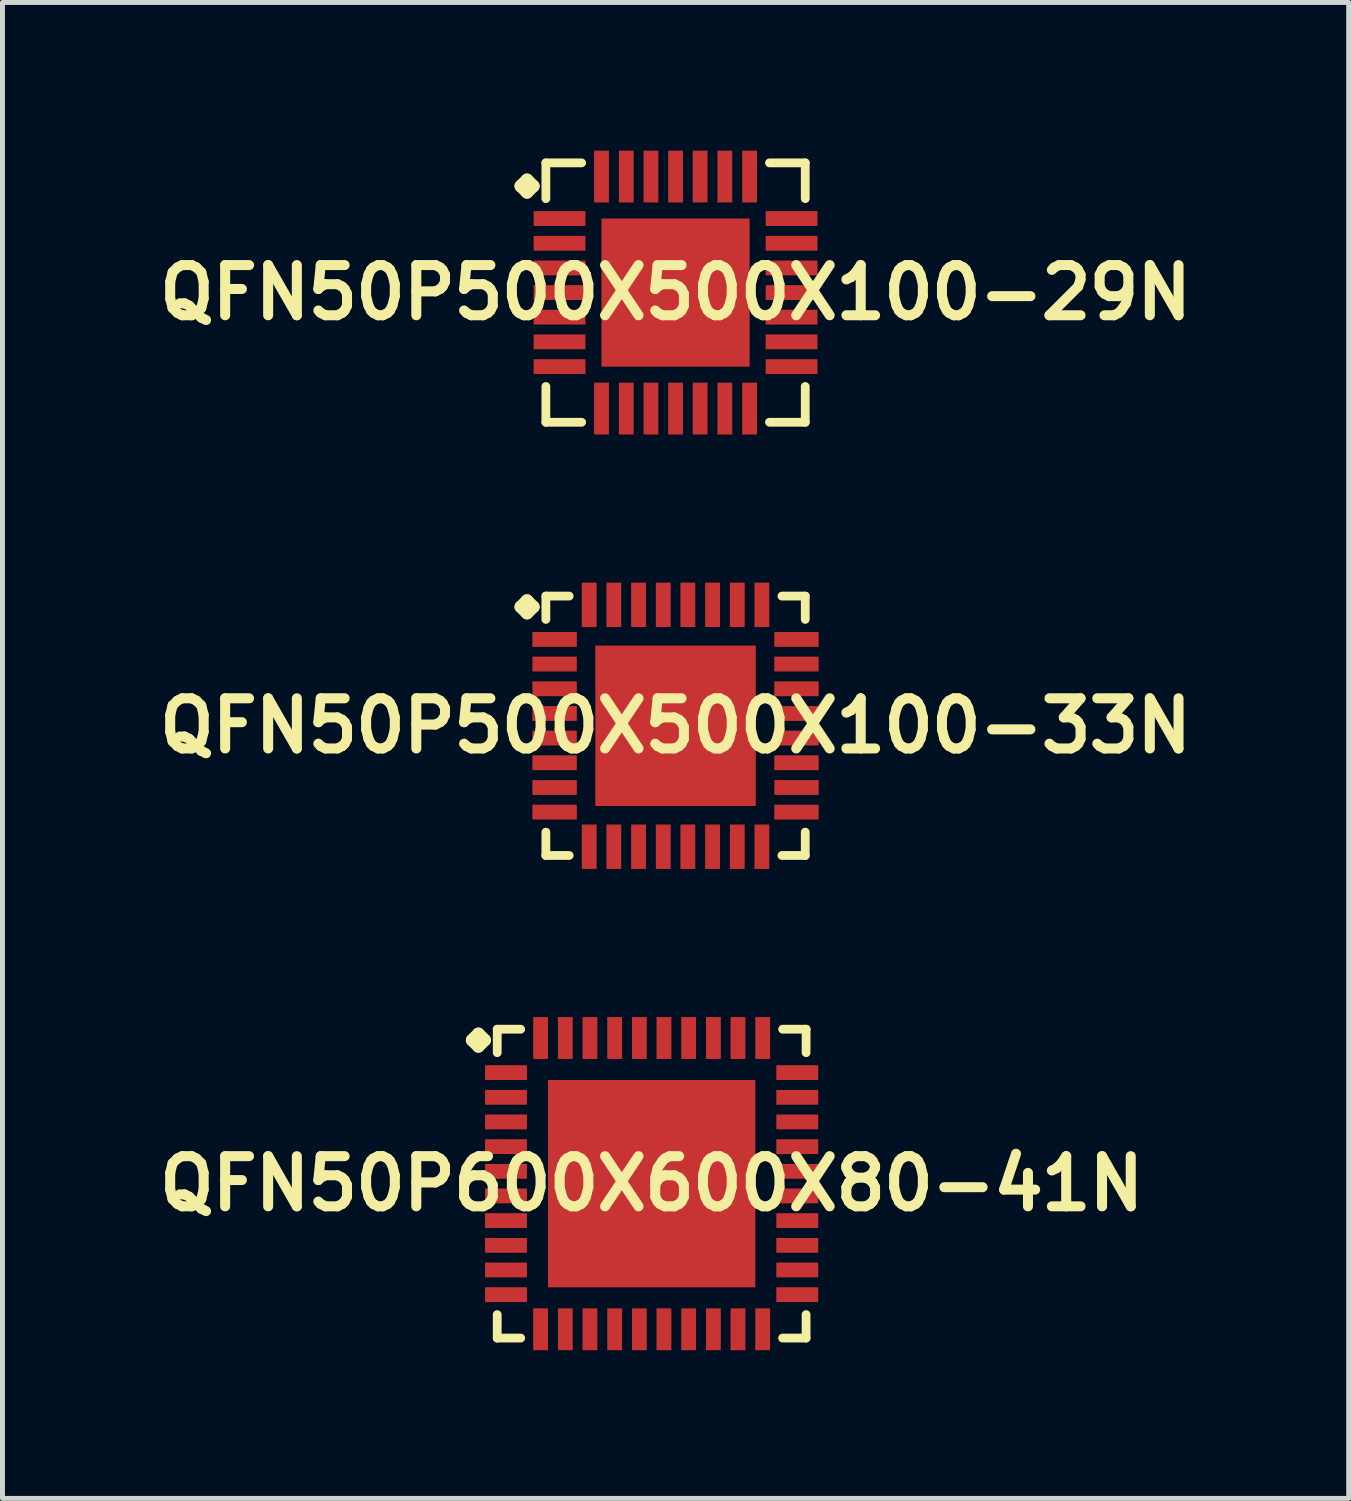
<source format=kicad_pcb>
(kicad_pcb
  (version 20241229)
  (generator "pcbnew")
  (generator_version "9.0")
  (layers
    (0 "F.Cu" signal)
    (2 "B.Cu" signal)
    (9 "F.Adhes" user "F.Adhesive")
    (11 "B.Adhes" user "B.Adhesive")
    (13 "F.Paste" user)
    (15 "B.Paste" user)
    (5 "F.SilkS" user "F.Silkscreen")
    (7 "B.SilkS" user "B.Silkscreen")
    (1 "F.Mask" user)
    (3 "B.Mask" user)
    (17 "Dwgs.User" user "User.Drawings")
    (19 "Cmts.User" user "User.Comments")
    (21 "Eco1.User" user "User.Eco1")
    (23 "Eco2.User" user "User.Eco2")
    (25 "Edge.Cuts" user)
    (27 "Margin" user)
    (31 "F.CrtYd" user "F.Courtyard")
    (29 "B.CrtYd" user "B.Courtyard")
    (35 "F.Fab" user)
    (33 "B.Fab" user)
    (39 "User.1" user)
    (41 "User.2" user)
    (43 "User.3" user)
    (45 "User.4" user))
  (footprint "QFN50P500X500X100-33N"
    (layer "F.Cu")
    (at 10.629 11.646)
    (property "Reference" "QFN50P500X500X100-33N" (at 0 0 0) (layer "F.SilkS") (effects (font (size 1.016 1.016) (thickness 0.203))))
    (attr smd)
    (fp_line (start -3.134 -2.408) (end -3.007 -2.535) (stroke (width 0.254) (type solid)) (layer "F.SilkS"))
    (fp_line (start -3.007 -2.535) (end -2.88 -2.408) (stroke (width 0.254) (type solid)) (layer "F.SilkS"))
    (fp_line (start -3.007 -2.281) (end -3.134 -2.408) (stroke (width 0.254) (type solid)) (layer "F.SilkS"))
    (fp_line (start -2.88 -2.408) (end -3.007 -2.281) (stroke (width 0.254) (type solid)) (layer "F.SilkS"))
    (fp_line (start -2.626 -2.626) (end -2.154 -2.626) (stroke (width 0.178) (type solid)) (layer "F.SilkS"))
    (fp_line (start -2.626 -2.154) (end -2.626 -2.626) (stroke (width 0.178) (type solid)) (layer "F.SilkS"))
    (fp_line (start -2.626 2.154) (end -2.626 2.626) (stroke (width 0.178) (type solid)) (layer "F.SilkS"))
    (fp_line (start -2.626 2.626) (end -2.154 2.626) (stroke (width 0.178) (type solid)) (layer "F.SilkS"))
    (fp_line (start 2.154 -2.626) (end 2.626 -2.626) (stroke (width 0.178) (type solid)) (layer "F.SilkS"))
    (fp_line (start 2.154 2.626) (end 2.626 2.626) (stroke (width 0.178) (type solid)) (layer "F.SilkS"))
    (fp_line (start 2.626 -2.626) (end 2.626 -2.154) (stroke (width 0.178) (type solid)) (layer "F.SilkS"))
    (fp_line (start 2.626 2.626) (end 2.626 2.154) (stroke (width 0.178) (type solid)) (layer "F.SilkS"))
    (pad "1" smd rect (at -2.449 -1.748) (size 0.899 0.3) (layers "F.Cu" "F.Mask" "F.Paste"))
    (pad "2" smd rect (at -2.449 -1.25) (size 0.899 0.3) (layers "F.Cu" "F.Mask" "F.Paste"))
    (pad "3" smd rect (at -2.449 -0.749) (size 0.899 0.3) (layers "F.Cu" "F.Mask" "F.Paste"))
    (pad "4" smd rect (at -2.449 -0.249) (size 0.899 0.3) (layers "F.Cu" "F.Mask" "F.Paste"))
    (pad "5" smd rect (at -2.449 0.249) (size 0.899 0.3) (layers "F.Cu" "F.Mask" "F.Paste"))
    (pad "6" smd rect (at -2.449 0.749) (size 0.899 0.3) (layers "F.Cu" "F.Mask" "F.Paste"))
    (pad "7" smd rect (at -2.449 1.25) (size 0.899 0.3) (layers "F.Cu" "F.Mask" "F.Paste"))
    (pad "8" smd rect (at -2.449 1.748) (size 0.899 0.3) (layers "F.Cu" "F.Mask" "F.Paste"))
    (pad "9" smd rect (at -1.748 2.449) (size 0.3 0.899) (layers "F.Cu" "F.Mask" "F.Paste"))
    (pad "10" smd rect (at -1.25 2.449) (size 0.3 0.899) (layers "F.Cu" "F.Mask" "F.Paste"))
    (pad "11" smd rect (at -0.749 2.449) (size 0.3 0.899) (layers "F.Cu" "F.Mask" "F.Paste"))
    (pad "12" smd rect (at -0.249 2.449) (size 0.3 0.899) (layers "F.Cu" "F.Mask" "F.Paste"))
    (pad "13" smd rect (at 0.249 2.449) (size 0.3 0.899) (layers "F.Cu" "F.Mask" "F.Paste"))
    (pad "14" smd rect (at 0.749 2.449) (size 0.3 0.899) (layers "F.Cu" "F.Mask" "F.Paste"))
    (pad "15" smd rect (at 1.25 2.449) (size 0.3 0.899) (layers "F.Cu" "F.Mask" "F.Paste"))
    (pad "16" smd rect (at 1.748 2.449) (size 0.3 0.899) (layers "F.Cu" "F.Mask" "F.Paste"))
    (pad "17" smd rect (at 2.449 1.748) (size 0.899 0.3) (layers "F.Cu" "F.Mask" "F.Paste"))
    (pad "18" smd rect (at 2.449 1.25) (size 0.899 0.3) (layers "F.Cu" "F.Mask" "F.Paste"))
    (pad "19" smd rect (at 2.449 0.749) (size 0.899 0.3) (layers "F.Cu" "F.Mask" "F.Paste"))
    (pad "20" smd rect (at 2.449 0.249) (size 0.899 0.3) (layers "F.Cu" "F.Mask" "F.Paste"))
    (pad "21" smd rect (at 2.449 -0.249) (size 0.899 0.3) (layers "F.Cu" "F.Mask" "F.Paste"))
    (pad "22" smd rect (at 2.449 -0.749) (size 0.899 0.3) (layers "F.Cu" "F.Mask" "F.Paste"))
    (pad "23" smd rect (at 2.449 -1.25) (size 0.899 0.3) (layers "F.Cu" "F.Mask" "F.Paste"))
    (pad "24" smd rect (at 2.449 -1.748) (size 0.899 0.3) (layers "F.Cu" "F.Mask" "F.Paste"))
    (pad "25" smd rect (at 1.748 -2.449) (size 0.3 0.899) (layers "F.Cu" "F.Mask" "F.Paste"))
    (pad "26" smd rect (at 1.25 -2.449) (size 0.3 0.899) (layers "F.Cu" "F.Mask" "F.Paste"))
    (pad "27" smd rect (at 0.749 -2.449) (size 0.3 0.899) (layers "F.Cu" "F.Mask" "F.Paste"))
    (pad "28" smd rect (at 0.249 -2.449) (size 0.3 0.899) (layers "F.Cu" "F.Mask" "F.Paste"))
    (pad "29" smd rect (at -0.249 -2.449) (size 0.3 0.899) (layers "F.Cu" "F.Mask" "F.Paste"))
    (pad "30" smd rect (at -0.749 -2.449) (size 0.3 0.899) (layers "F.Cu" "F.Mask" "F.Paste"))
    (pad "31" smd rect (at -1.25 -2.449) (size 0.3 0.899) (layers "F.Cu" "F.Mask" "F.Paste"))
    (pad "32" smd rect (at -1.748 -2.449) (size 0.3 0.899) (layers "F.Cu" "F.Mask" "F.Paste"))
    (pad "33" smd rect (at 0 0) (size 3.249 3.249) (layers "F.Cu" "F.Mask" "F.Paste")))
  (footprint "QFN50P500X500X100-29N"
    (layer "F.Cu")
    (at 10.629 2.874)
    (property "Reference" "QFN50P500X500X100-29N" (at 0 0 0) (layer "F.SilkS") (effects (font (size 1.016 1.016) (thickness 0.203))))
    (attr smd)
    (fp_line (start -3.134 -2.156) (end -3.007 -2.283) (stroke (width 0.254) (type solid)) (layer "F.SilkS"))
    (fp_line (start -3.007 -2.283) (end -2.88 -2.156) (stroke (width 0.254) (type solid)) (layer "F.SilkS"))
    (fp_line (start -3.007 -2.029) (end -3.134 -2.156) (stroke (width 0.254) (type solid)) (layer "F.SilkS"))
    (fp_line (start -2.88 -2.156) (end -3.007 -2.029) (stroke (width 0.254) (type solid)) (layer "F.SilkS"))
    (fp_line (start -2.626 -2.626) (end -1.902 -2.626) (stroke (width 0.178) (type solid)) (layer "F.SilkS"))
    (fp_line (start -2.626 -1.902) (end -2.626 -2.626) (stroke (width 0.178) (type solid)) (layer "F.SilkS"))
    (fp_line (start -2.626 1.902) (end -2.626 2.626) (stroke (width 0.178) (type solid)) (layer "F.SilkS"))
    (fp_line (start -2.626 2.626) (end -1.902 2.626) (stroke (width 0.178) (type solid)) (layer "F.SilkS"))
    (fp_line (start 1.902 -2.626) (end 2.626 -2.626) (stroke (width 0.178) (type solid)) (layer "F.SilkS"))
    (fp_line (start 1.902 2.626) (end 2.626 2.626) (stroke (width 0.178) (type solid)) (layer "F.SilkS"))
    (fp_line (start 2.626 -2.626) (end 2.626 -1.902) (stroke (width 0.178) (type solid)) (layer "F.SilkS"))
    (fp_line (start 2.626 2.626) (end 2.626 1.902) (stroke (width 0.178) (type solid)) (layer "F.SilkS"))
    (pad "1" smd rect (at -2.349 -1.499) (size 1.049 0.3) (layers "F.Cu" "F.Mask" "F.Paste"))
    (pad "2" smd rect (at -2.349 -0.998) (size 1.049 0.3) (layers "F.Cu" "F.Mask" "F.Paste"))
    (pad "3" smd rect (at -2.349 -0.498) (size 1.049 0.3) (layers "F.Cu" "F.Mask" "F.Paste"))
    (pad "4" smd rect (at -2.349 0) (size 1.049 0.3) (layers "F.Cu" "F.Mask" "F.Paste"))
    (pad "5" smd rect (at -2.349 0.498) (size 1.049 0.3) (layers "F.Cu" "F.Mask" "F.Paste"))
    (pad "6" smd rect (at -2.349 0.998) (size 1.049 0.3) (layers "F.Cu" "F.Mask" "F.Paste"))
    (pad "7" smd rect (at -2.349 1.499) (size 1.049 0.3) (layers "F.Cu" "F.Mask" "F.Paste"))
    (pad "8" smd rect (at -1.499 2.349) (size 0.3 1.049) (layers "F.Cu" "F.Mask" "F.Paste"))
    (pad "9" smd rect (at -0.998 2.349) (size 0.3 1.049) (layers "F.Cu" "F.Mask" "F.Paste"))
    (pad "10" smd rect (at -0.498 2.349) (size 0.3 1.049) (layers "F.Cu" "F.Mask" "F.Paste"))
    (pad "11" smd rect (at 0 2.349) (size 0.3 1.049) (layers "F.Cu" "F.Mask" "F.Paste"))
    (pad "12" smd rect (at 0.498 2.349) (size 0.3 1.049) (layers "F.Cu" "F.Mask" "F.Paste"))
    (pad "13" smd rect (at 0.998 2.349) (size 0.3 1.049) (layers "F.Cu" "F.Mask" "F.Paste"))
    (pad "14" smd rect (at 1.499 2.349) (size 0.3 1.049) (layers "F.Cu" "F.Mask" "F.Paste"))
    (pad "15" smd rect (at 2.349 1.499) (size 1.049 0.3) (layers "F.Cu" "F.Mask" "F.Paste"))
    (pad "16" smd rect (at 2.349 0.998) (size 1.049 0.3) (layers "F.Cu" "F.Mask" "F.Paste"))
    (pad "17" smd rect (at 2.349 0.498) (size 1.049 0.3) (layers "F.Cu" "F.Mask" "F.Paste"))
    (pad "18" smd rect (at 2.349 0) (size 1.049 0.3) (layers "F.Cu" "F.Mask" "F.Paste"))
    (pad "19" smd rect (at 2.349 -0.498) (size 1.049 0.3) (layers "F.Cu" "F.Mask" "F.Paste"))
    (pad "20" smd rect (at 2.349 -0.998) (size 1.049 0.3) (layers "F.Cu" "F.Mask" "F.Paste"))
    (pad "21" smd rect (at 2.349 -1.499) (size 1.049 0.3) (layers "F.Cu" "F.Mask" "F.Paste"))
    (pad "22" smd rect (at 1.499 -2.349) (size 0.3 1.049) (layers "F.Cu" "F.Mask" "F.Paste"))
    (pad "23" smd rect (at 0.998 -2.349) (size 0.3 1.049) (layers "F.Cu" "F.Mask" "F.Paste"))
    (pad "24" smd rect (at 0.498 -2.349) (size 0.3 1.049) (layers "F.Cu" "F.Mask" "F.Paste"))
    (pad "25" smd rect (at 0 -2.349) (size 0.3 1.049) (layers "F.Cu" "F.Mask" "F.Paste"))
    (pad "26" smd rect (at -0.498 -2.349) (size 0.3 1.049) (layers "F.Cu" "F.Mask" "F.Paste"))
    (pad "27" smd rect (at -0.998 -2.349) (size 0.3 1.049) (layers "F.Cu" "F.Mask" "F.Paste"))
    (pad "28" smd rect (at -1.499 -2.349) (size 0.3 1.049) (layers "F.Cu" "F.Mask" "F.Paste"))
    (pad "29" smd rect (at 0 0) (size 3 3) (layers "F.Cu" "F.Mask" "F.Paste")))
  (footprint "QFN50P600X600X80-41N"
    (layer "F.Cu")
    (at 10.145 20.917)
    (property "Reference" "QFN50P600X600X80-41N" (at 0 0 0) (layer "F.SilkS") (effects (font (size 1.016 1.016) (thickness 0.203))))
    (attr smd)
    (fp_line (start -3.635 -2.906) (end -3.508 -3.033) (stroke (width 0.254) (type solid)) (layer "F.SilkS"))
    (fp_line (start -3.508 -3.033) (end -3.381 -2.906) (stroke (width 0.254) (type solid)) (layer "F.SilkS"))
    (fp_line (start -3.508 -2.779) (end -3.635 -2.906) (stroke (width 0.254) (type solid)) (layer "F.SilkS"))
    (fp_line (start -3.381 -2.906) (end -3.508 -2.779) (stroke (width 0.254) (type solid)) (layer "F.SilkS"))
    (fp_line (start -3.127 -3.127) (end -2.652 -3.127) (stroke (width 0.178) (type solid)) (layer "F.SilkS"))
    (fp_line (start -3.127 -2.652) (end -3.127 -3.127) (stroke (width 0.178) (type solid)) (layer "F.SilkS"))
    (fp_line (start -3.127 2.652) (end -3.127 3.127) (stroke (width 0.178) (type solid)) (layer "F.SilkS"))
    (fp_line (start -3.127 3.127) (end -2.652 3.127) (stroke (width 0.178) (type solid)) (layer "F.SilkS"))
    (fp_line (start 2.652 -3.127) (end 3.127 -3.127) (stroke (width 0.178) (type solid)) (layer "F.SilkS"))
    (fp_line (start 2.652 3.127) (end 3.127 3.127) (stroke (width 0.178) (type solid)) (layer "F.SilkS"))
    (fp_line (start 3.127 -3.127) (end 3.127 -2.652) (stroke (width 0.178) (type solid)) (layer "F.SilkS"))
    (fp_line (start 3.127 3.127) (end 3.127 2.652) (stroke (width 0.178) (type solid)) (layer "F.SilkS"))
    (pad "1" smd rect (at -2.949 -2.248) (size 0.848 0.3) (layers "F.Cu" "F.Mask" "F.Paste"))
    (pad "2" smd rect (at -2.949 -1.748) (size 0.848 0.3) (layers "F.Cu" "F.Mask" "F.Paste"))
    (pad "3" smd rect (at -2.949 -1.25) (size 0.848 0.3) (layers "F.Cu" "F.Mask" "F.Paste"))
    (pad "4" smd rect (at -2.949 -0.749) (size 0.848 0.3) (layers "F.Cu" "F.Mask" "F.Paste"))
    (pad "5" smd rect (at -2.949 -0.249) (size 0.848 0.3) (layers "F.Cu" "F.Mask" "F.Paste"))
    (pad "6" smd rect (at -2.949 0.249) (size 0.848 0.3) (layers "F.Cu" "F.Mask" "F.Paste"))
    (pad "7" smd rect (at -2.949 0.749) (size 0.848 0.3) (layers "F.Cu" "F.Mask" "F.Paste"))
    (pad "8" smd rect (at -2.949 1.25) (size 0.848 0.3) (layers "F.Cu" "F.Mask" "F.Paste"))
    (pad "9" smd rect (at -2.949 1.748) (size 0.848 0.3) (layers "F.Cu" "F.Mask" "F.Paste"))
    (pad "10" smd rect (at -2.949 2.248) (size 0.848 0.3) (layers "F.Cu" "F.Mask" "F.Paste"))
    (pad "11" smd rect (at -2.248 2.949) (size 0.3 0.848) (layers "F.Cu" "F.Mask" "F.Paste"))
    (pad "12" smd rect (at -1.748 2.949) (size 0.3 0.848) (layers "F.Cu" "F.Mask" "F.Paste"))
    (pad "13" smd rect (at -1.25 2.949) (size 0.3 0.848) (layers "F.Cu" "F.Mask" "F.Paste"))
    (pad "14" smd rect (at -0.749 2.949) (size 0.3 0.848) (layers "F.Cu" "F.Mask" "F.Paste"))
    (pad "15" smd rect (at -0.249 2.949) (size 0.3 0.848) (layers "F.Cu" "F.Mask" "F.Paste"))
    (pad "16" smd rect (at 0.249 2.949) (size 0.3 0.848) (layers "F.Cu" "F.Mask" "F.Paste"))
    (pad "17" smd rect (at 0.749 2.949) (size 0.3 0.848) (layers "F.Cu" "F.Mask" "F.Paste"))
    (pad "18" smd rect (at 1.25 2.949) (size 0.3 0.848) (layers "F.Cu" "F.Mask" "F.Paste"))
    (pad "19" smd rect (at 1.748 2.949) (size 0.3 0.848) (layers "F.Cu" "F.Mask" "F.Paste"))
    (pad "20" smd rect (at 2.248 2.949) (size 0.3 0.848) (layers "F.Cu" "F.Mask" "F.Paste"))
    (pad "21" smd rect (at 2.949 2.248) (size 0.848 0.3) (layers "F.Cu" "F.Mask" "F.Paste"))
    (pad "22" smd rect (at 2.949 1.748) (size 0.848 0.3) (layers "F.Cu" "F.Mask" "F.Paste"))
    (pad "23" smd rect (at 2.949 1.25) (size 0.848 0.3) (layers "F.Cu" "F.Mask" "F.Paste"))
    (pad "24" smd rect (at 2.949 0.749) (size 0.848 0.3) (layers "F.Cu" "F.Mask" "F.Paste"))
    (pad "25" smd rect (at 2.949 0.249) (size 0.848 0.3) (layers "F.Cu" "F.Mask" "F.Paste"))
    (pad "26" smd rect (at 2.949 -0.249) (size 0.848 0.3) (layers "F.Cu" "F.Mask" "F.Paste"))
    (pad "27" smd rect (at 2.949 -0.749) (size 0.848 0.3) (layers "F.Cu" "F.Mask" "F.Paste"))
    (pad "28" smd rect (at 2.949 -1.25) (size 0.848 0.3) (layers "F.Cu" "F.Mask" "F.Paste"))
    (pad "29" smd rect (at 2.949 -1.748) (size 0.848 0.3) (layers "F.Cu" "F.Mask" "F.Paste"))
    (pad "30" smd rect (at 2.949 -2.248) (size 0.848 0.3) (layers "F.Cu" "F.Mask" "F.Paste"))
    (pad "31" smd rect (at 2.248 -2.949) (size 0.3 0.848) (layers "F.Cu" "F.Mask" "F.Paste"))
    (pad "32" smd rect (at 1.748 -2.949) (size 0.3 0.848) (layers "F.Cu" "F.Mask" "F.Paste"))
    (pad "33" smd rect (at 1.25 -2.949) (size 0.3 0.848) (layers "F.Cu" "F.Mask" "F.Paste"))
    (pad "34" smd rect (at 0.749 -2.949) (size 0.3 0.848) (layers "F.Cu" "F.Mask" "F.Paste"))
    (pad "35" smd rect (at 0.249 -2.949) (size 0.3 0.848) (layers "F.Cu" "F.Mask" "F.Paste"))
    (pad "36" smd rect (at -0.249 -2.949) (size 0.3 0.848) (layers "F.Cu" "F.Mask" "F.Paste"))
    (pad "37" smd rect (at -0.749 -2.949) (size 0.3 0.848) (layers "F.Cu" "F.Mask" "F.Paste"))
    (pad "38" smd rect (at -1.25 -2.949) (size 0.3 0.848) (layers "F.Cu" "F.Mask" "F.Paste"))
    (pad "39" smd rect (at -1.748 -2.949) (size 0.3 0.848) (layers "F.Cu" "F.Mask" "F.Paste"))
    (pad "40" smd rect (at -2.248 -2.949) (size 0.3 0.848) (layers "F.Cu" "F.Mask" "F.Paste"))
    (pad "41" smd rect (at 0 0) (size 4.199 4.199) (layers "F.Cu" "F.Mask" "F.Paste")))
  (gr_rect
    (start -3 -3)
    (end 24.259 27.291)
    (stroke (width 0.1) (type default))
    (fill no)
    (layer "Edge.Cuts")))
</source>
